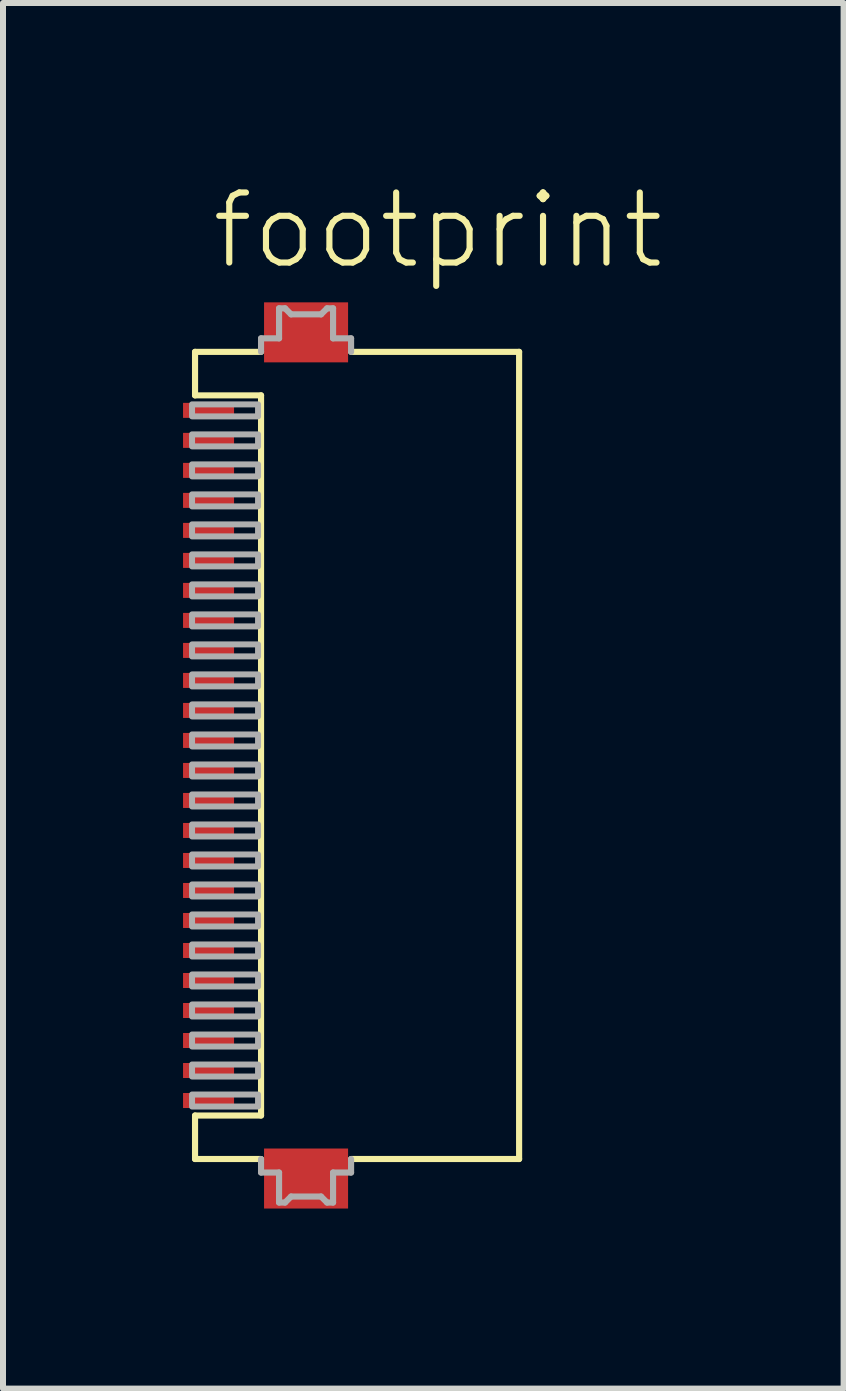
<source format=kicad_pcb>
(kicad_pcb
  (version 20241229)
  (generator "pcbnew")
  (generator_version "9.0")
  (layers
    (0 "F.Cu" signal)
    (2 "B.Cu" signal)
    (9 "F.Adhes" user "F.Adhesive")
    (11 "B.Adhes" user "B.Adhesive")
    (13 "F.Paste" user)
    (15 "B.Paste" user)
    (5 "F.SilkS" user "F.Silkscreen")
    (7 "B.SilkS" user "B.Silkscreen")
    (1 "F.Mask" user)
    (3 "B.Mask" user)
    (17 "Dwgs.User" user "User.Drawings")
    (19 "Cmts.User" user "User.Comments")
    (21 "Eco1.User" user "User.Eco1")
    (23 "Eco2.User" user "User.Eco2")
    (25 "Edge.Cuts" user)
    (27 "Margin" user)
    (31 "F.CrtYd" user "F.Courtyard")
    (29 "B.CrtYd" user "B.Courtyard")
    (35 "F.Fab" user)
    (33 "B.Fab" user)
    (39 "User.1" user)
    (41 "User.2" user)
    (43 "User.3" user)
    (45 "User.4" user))
  (footprint "footprint"
    (layer "F.Cu")
    (at 2.965 9.538)
    (property "Reference" "footprint" (at -2.54 -8.065 0) (layer "F.SilkS") (effects (font (size 1.168 1.168) (thickness 0.102)) (justify left bottom)))
    (fp_line (start -2.765 -6.725) (end -2.765 -6) (stroke (width 0.102) (type solid)) (layer "F.SilkS"))
    (fp_line (start -2.765 -6.725) (end -1.665 -6.725) (stroke (width 0.102) (type solid)) (layer "F.SilkS"))
    (fp_line (start -2.765 -6) (end -1.665 -6) (stroke (width 0.102) (type solid)) (layer "F.SilkS"))
    (fp_line (start -2.765 6) (end -2.765 6.725) (stroke (width 0.102) (type solid)) (layer "F.SilkS"))
    (fp_line (start -2.765 6.725) (end -1.665 6.725) (stroke (width 0.102) (type solid)) (layer "F.SilkS"))
    (fp_line (start -1.665 -6) (end -1.665 6) (stroke (width 0.102) (type solid)) (layer "F.SilkS"))
    (fp_line (start -1.665 6) (end -2.765 6) (stroke (width 0.102) (type solid)) (layer "F.SilkS"))
    (fp_line (start -0.165 6.725) (end 2.635 6.725) (stroke (width 0.102) (type solid)) (layer "F.SilkS"))
    (fp_line (start 2.635 -6.725) (end -0.165 -6.725) (stroke (width 0.102) (type solid)) (layer "F.SilkS"))
    (fp_line (start 2.635 6.725) (end 2.635 -6.725) (stroke (width 0.102) (type solid)) (layer "F.SilkS"))
    (fp_line (start -1.665 -6.95) (end -1.665 -6.725) (stroke (width 0.102) (type solid)) (layer "F.Fab"))
    (fp_line (start -1.665 6.725) (end -1.665 6.95) (stroke (width 0.102) (type solid)) (layer "F.Fab"))
    (fp_line (start -1.665 6.95) (end -1.365 6.95) (stroke (width 0.102) (type solid)) (layer "F.Fab"))
    (fp_line (start -1.365 -7.45) (end -1.365 -6.95) (stroke (width 0.102) (type solid)) (layer "F.Fab"))
    (fp_line (start -1.365 -6.95) (end -1.665 -6.95) (stroke (width 0.102) (type solid)) (layer "F.Fab"))
    (fp_line (start -1.365 6.95) (end -1.365 7.45) (stroke (width 0.102) (type solid)) (layer "F.Fab"))
    (fp_line (start -1.365 7.45) (end -1.265 7.45) (stroke (width 0.102) (type solid)) (layer "F.Fab"))
    (fp_line (start -1.265 -7.45) (end -1.365 -7.45) (stroke (width 0.102) (type solid)) (layer "F.Fab"))
    (fp_line (start -1.265 7.45) (end -1.165 7.35) (stroke (width 0.102) (type solid)) (layer "F.Fab"))
    (fp_line (start -1.165 -7.35) (end -1.265 -7.45) (stroke (width 0.102) (type solid)) (layer "F.Fab"))
    (fp_line (start -1.165 7.35) (end -0.665 7.35) (stroke (width 0.102) (type solid)) (layer "F.Fab"))
    (fp_line (start -0.665 -7.35) (end -1.165 -7.35) (stroke (width 0.102) (type solid)) (layer "F.Fab"))
    (fp_line (start -0.665 7.35) (end -0.565 7.45) (stroke (width 0.102) (type solid)) (layer "F.Fab"))
    (fp_line (start -0.565 -7.45) (end -0.665 -7.35) (stroke (width 0.102) (type solid)) (layer "F.Fab"))
    (fp_line (start -0.565 7.45) (end -0.465 7.45) (stroke (width 0.102) (type solid)) (layer "F.Fab"))
    (fp_line (start -0.465 -7.45) (end -0.565 -7.45) (stroke (width 0.102) (type solid)) (layer "F.Fab"))
    (fp_line (start -0.465 -6.95) (end -0.465 -7.45) (stroke (width 0.102) (type solid)) (layer "F.Fab"))
    (fp_line (start -0.465 6.95) (end -0.165 6.95) (stroke (width 0.102) (type solid)) (layer "F.Fab"))
    (fp_line (start -0.465 7.45) (end -0.465 6.95) (stroke (width 0.102) (type solid)) (layer "F.Fab"))
    (fp_line (start -0.165 -6.95) (end -0.465 -6.95) (stroke (width 0.102) (type solid)) (layer "F.Fab"))
    (fp_line (start -0.165 -6.725) (end -0.165 -6.95) (stroke (width 0.102) (type solid)) (layer "F.Fab"))
    (fp_line (start -0.165 6.95) (end -0.165 6.725) (stroke (width 0.102) (type solid)) (layer "F.Fab"))
    (fp_poly (pts (xy -2.815 -5.65) (xy -1.715 -5.65) (xy -1.715 -5.85) (xy -2.815 -5.85)) (stroke (width 0.1) (type solid)) (fill no) (layer "F.Fab"))
    (fp_poly (pts (xy -2.815 -5.15) (xy -1.715 -5.15) (xy -1.715 -5.35) (xy -2.815 -5.35)) (stroke (width 0.1) (type solid)) (fill no) (layer "F.Fab"))
    (fp_poly (pts (xy -2.815 -4.65) (xy -1.715 -4.65) (xy -1.715 -4.85) (xy -2.815 -4.85)) (stroke (width 0.1) (type solid)) (fill no) (layer "F.Fab"))
    (fp_poly (pts (xy -2.815 -4.15) (xy -1.715 -4.15) (xy -1.715 -4.35) (xy -2.815 -4.35)) (stroke (width 0.1) (type solid)) (fill no) (layer "F.Fab"))
    (fp_poly (pts (xy -2.815 -3.65) (xy -1.715 -3.65) (xy -1.715 -3.85) (xy -2.815 -3.85)) (stroke (width 0.1) (type solid)) (fill no) (layer "F.Fab"))
    (fp_poly (pts (xy -2.815 -3.15) (xy -1.715 -3.15) (xy -1.715 -3.35) (xy -2.815 -3.35)) (stroke (width 0.1) (type solid)) (fill no) (layer "F.Fab"))
    (fp_poly (pts (xy -2.815 -2.65) (xy -1.715 -2.65) (xy -1.715 -2.85) (xy -2.815 -2.85)) (stroke (width 0.1) (type solid)) (fill no) (layer "F.Fab"))
    (fp_poly (pts (xy -2.815 -2.15) (xy -1.715 -2.15) (xy -1.715 -2.35) (xy -2.815 -2.35)) (stroke (width 0.1) (type solid)) (fill no) (layer "F.Fab"))
    (fp_poly (pts (xy -2.815 -1.65) (xy -1.715 -1.65) (xy -1.715 -1.85) (xy -2.815 -1.85)) (stroke (width 0.1) (type solid)) (fill no) (layer "F.Fab"))
    (fp_poly (pts (xy -2.815 -1.15) (xy -1.715 -1.15) (xy -1.715 -1.35) (xy -2.815 -1.35)) (stroke (width 0.1) (type solid)) (fill no) (layer "F.Fab"))
    (fp_poly (pts (xy -2.815 -0.65) (xy -1.715 -0.65) (xy -1.715 -0.85) (xy -2.815 -0.85)) (stroke (width 0.1) (type solid)) (fill no) (layer "F.Fab"))
    (fp_poly (pts (xy -2.815 -0.15) (xy -1.715 -0.15) (xy -1.715 -0.35) (xy -2.815 -0.35)) (stroke (width 0.1) (type solid)) (fill no) (layer "F.Fab"))
    (fp_poly (pts (xy -2.815 0.35) (xy -1.715 0.35) (xy -1.715 0.15) (xy -2.815 0.15)) (stroke (width 0.1) (type solid)) (fill no) (layer "F.Fab"))
    (fp_poly (pts (xy -2.815 0.85) (xy -1.715 0.85) (xy -1.715 0.65) (xy -2.815 0.65)) (stroke (width 0.1) (type solid)) (fill no) (layer "F.Fab"))
    (fp_poly (pts (xy -2.815 1.35) (xy -1.715 1.35) (xy -1.715 1.15) (xy -2.815 1.15)) (stroke (width 0.1) (type solid)) (fill no) (layer "F.Fab"))
    (fp_poly (pts (xy -2.815 1.85) (xy -1.715 1.85) (xy -1.715 1.65) (xy -2.815 1.65)) (stroke (width 0.1) (type solid)) (fill no) (layer "F.Fab"))
    (fp_poly (pts (xy -2.815 2.35) (xy -1.715 2.35) (xy -1.715 2.15) (xy -2.815 2.15)) (stroke (width 0.1) (type solid)) (fill no) (layer "F.Fab"))
    (fp_poly (pts (xy -2.815 2.85) (xy -1.715 2.85) (xy -1.715 2.65) (xy -2.815 2.65)) (stroke (width 0.1) (type solid)) (fill no) (layer "F.Fab"))
    (fp_poly (pts (xy -2.815 3.35) (xy -1.715 3.35) (xy -1.715 3.15) (xy -2.815 3.15)) (stroke (width 0.1) (type solid)) (fill no) (layer "F.Fab"))
    (fp_poly (pts (xy -2.815 3.85) (xy -1.715 3.85) (xy -1.715 3.65) (xy -2.815 3.65)) (stroke (width 0.1) (type solid)) (fill no) (layer "F.Fab"))
    (fp_poly (pts (xy -2.815 4.35) (xy -1.715 4.35) (xy -1.715 4.15) (xy -2.815 4.15)) (stroke (width 0.1) (type solid)) (fill no) (layer "F.Fab"))
    (fp_poly (pts (xy -2.815 4.85) (xy -1.715 4.85) (xy -1.715 4.65) (xy -2.815 4.65)) (stroke (width 0.1) (type solid)) (fill no) (layer "F.Fab"))
    (fp_poly (pts (xy -2.815 5.35) (xy -1.715 5.35) (xy -1.715 5.15) (xy -2.815 5.15)) (stroke (width 0.1) (type solid)) (fill no) (layer "F.Fab"))
    (fp_poly (pts (xy -2.815 5.85) (xy -1.715 5.85) (xy -1.715 5.65) (xy -2.815 5.65)) (stroke (width 0.1) (type solid)) (fill no) (layer "F.Fab"))
    (pad "1" smd rect (at -2.54 -5.75) (size 0.85 0.25) (layers "F.Cu" "F.Paste"))
    (pad "2" smd rect (at -2.54 -5.25) (size 0.85 0.25) (layers "F.Cu" "F.Paste"))
    (pad "3" smd rect (at -2.54 -4.75) (size 0.85 0.25) (layers "F.Cu" "F.Paste"))
    (pad "4" smd rect (at -2.54 -4.25) (size 0.85 0.25) (layers "F.Cu" "F.Paste"))
    (pad "5" smd rect (at -2.54 -3.75) (size 0.85 0.25) (layers "F.Cu" "F.Paste"))
    (pad "6" smd rect (at -2.54 -3.25) (size 0.85 0.25) (layers "F.Cu" "F.Paste"))
    (pad "7" smd rect (at -2.54 -2.75) (size 0.85 0.25) (layers "F.Cu" "F.Paste"))
    (pad "8" smd rect (at -2.54 -2.25) (size 0.85 0.25) (layers "F.Cu" "F.Paste"))
    (pad "9" smd rect (at -2.54 -1.75) (size 0.85 0.25) (layers "F.Cu" "F.Paste"))
    (pad "10" smd rect (at -2.54 -1.25) (size 0.85 0.25) (layers "F.Cu" "F.Paste"))
    (pad "11" smd rect (at -2.54 -0.75) (size 0.85 0.25) (layers "F.Cu" "F.Paste"))
    (pad "12" smd rect (at -2.54 -0.25) (size 0.85 0.25) (layers "F.Cu" "F.Paste"))
    (pad "13" smd rect (at -2.54 0.25) (size 0.85 0.25) (layers "F.Cu" "F.Paste"))
    (pad "14" smd rect (at -2.54 0.75) (size 0.85 0.25) (layers "F.Cu" "F.Paste"))
    (pad "15" smd rect (at -2.54 1.25) (size 0.85 0.25) (layers "F.Cu" "F.Paste"))
    (pad "16" smd rect (at -2.54 1.75) (size 0.85 0.25) (layers "F.Cu" "F.Paste"))
    (pad "17" smd rect (at -2.54 2.25) (size 0.85 0.25) (layers "F.Cu" "F.Paste"))
    (pad "18" smd rect (at -2.54 2.75) (size 0.85 0.25) (layers "F.Cu" "F.Paste"))
    (pad "19" smd rect (at -2.54 3.25) (size 0.85 0.25) (layers "F.Cu" "F.Paste"))
    (pad "20" smd rect (at -2.54 3.75) (size 0.85 0.25) (layers "F.Cu" "F.Paste"))
    (pad "21" smd rect (at -2.54 4.25) (size 0.85 0.25) (layers "F.Cu" "F.Paste"))
    (pad "22" smd rect (at -2.54 4.75) (size 0.85 0.25) (layers "F.Cu" "F.Paste"))
    (pad "23" smd rect (at -2.54 5.25) (size 0.85 0.25) (layers "F.Cu" "F.Paste"))
    (pad "24" smd rect (at -2.54 5.75) (size 0.85 0.25) (layers "F.Cu" "F.Paste"))
    (pad "M1" smd rect (at -0.915 -7.05 180) (size 1.4 1) (layers "F.Cu" "F.Mask" "F.Paste"))
    (pad "M2" smd rect (at -0.915 7.05 180) (size 1.4 1) (layers "F.Cu" "F.Mask" "F.Paste"))
    (zone (net_name "") (layers "F.Cu" "B.Cu") (hatch edge 0.508) (connect_pads) (min_thickness 0.254) (filled_areas_thickness no) (keepout (tracks allowed) (vias not_allowed) (pads allowed) (copperpour allowed) (footprints allowed)) (placement (enabled no)) (fill) (polygon (pts (xy 3.55 3.663) (xy 0.875 3.663) (xy 0.875 15.413) (xy 3.55 15.413)))))
  (gr_rect
    (start -3 -3)
    (end 11.007 20.088)
    (stroke (width 0.1) (type default))
    (fill no)
    (layer "Edge.Cuts")))
</source>
